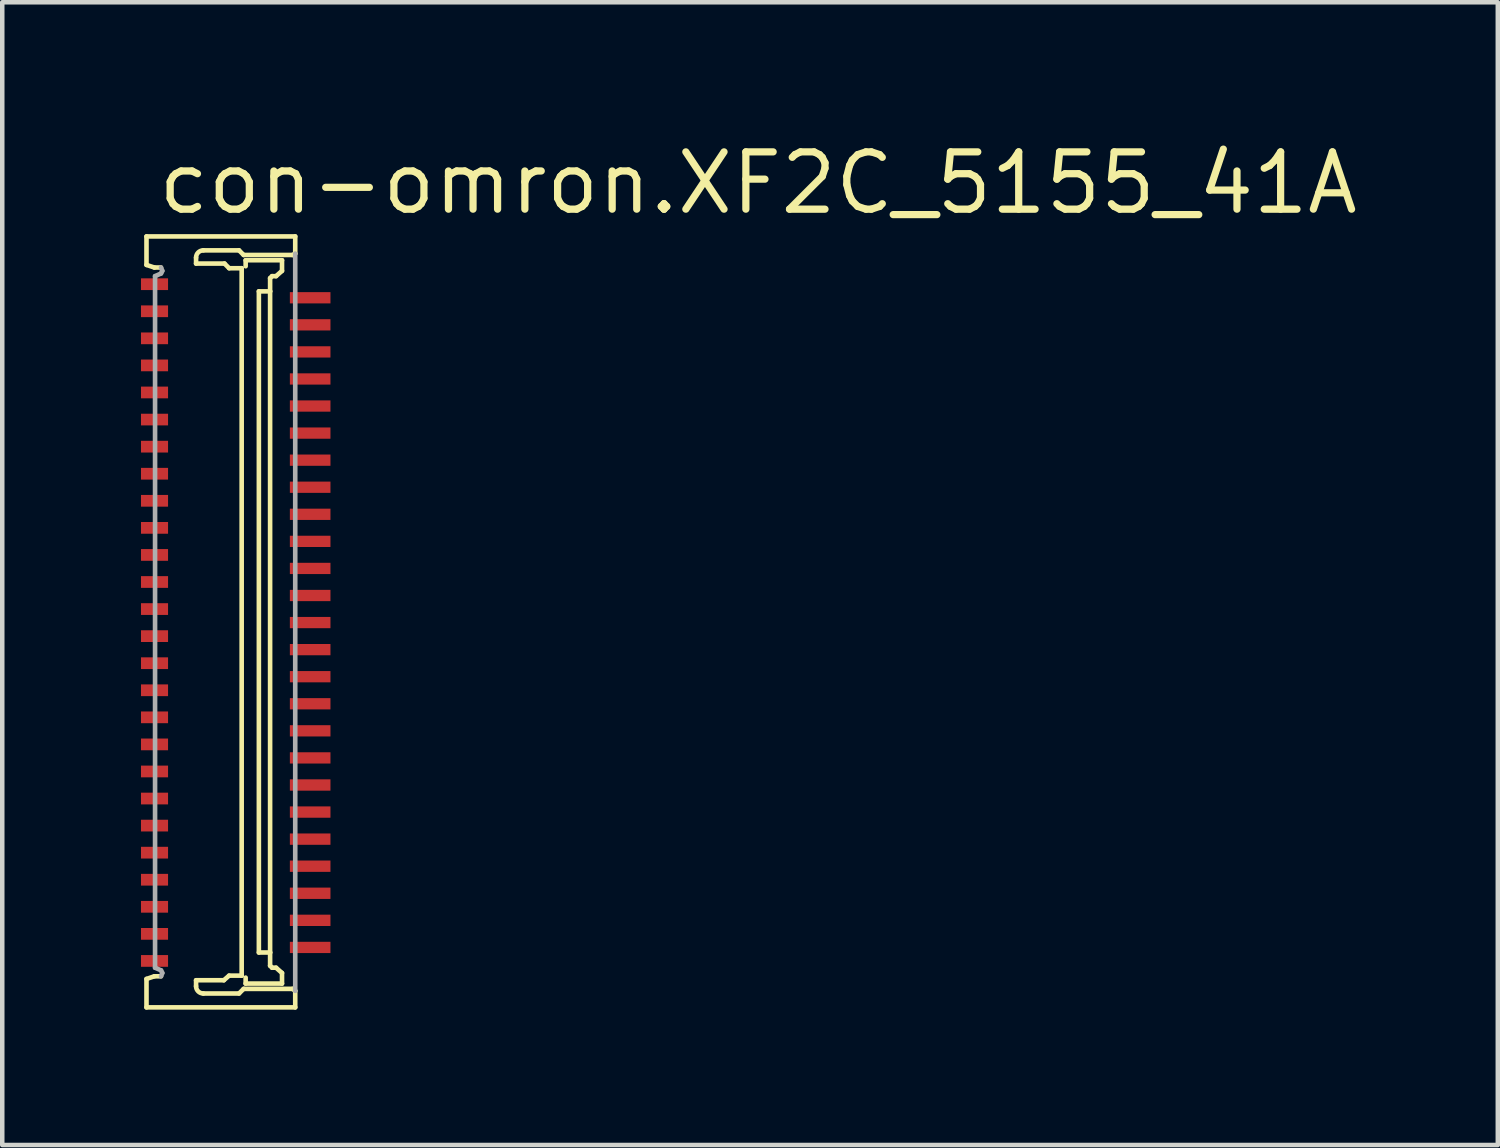
<source format=kicad_pcb>
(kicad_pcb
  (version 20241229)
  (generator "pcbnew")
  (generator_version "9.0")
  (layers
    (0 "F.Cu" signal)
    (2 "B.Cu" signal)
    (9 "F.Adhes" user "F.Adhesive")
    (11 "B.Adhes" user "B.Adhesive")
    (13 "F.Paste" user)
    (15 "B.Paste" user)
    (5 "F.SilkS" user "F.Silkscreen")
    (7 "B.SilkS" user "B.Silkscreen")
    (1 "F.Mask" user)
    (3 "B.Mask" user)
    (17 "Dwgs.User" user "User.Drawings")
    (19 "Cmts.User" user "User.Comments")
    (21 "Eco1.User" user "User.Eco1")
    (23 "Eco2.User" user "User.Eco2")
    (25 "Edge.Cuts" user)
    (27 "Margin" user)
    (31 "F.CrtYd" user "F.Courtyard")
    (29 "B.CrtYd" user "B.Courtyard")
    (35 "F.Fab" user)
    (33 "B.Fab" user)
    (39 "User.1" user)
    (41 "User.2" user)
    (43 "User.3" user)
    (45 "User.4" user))
  (footprint "con-omron.XF2C_5155_41A"
    (layer "F.Cu")
    (at 2.175 10.75)
    (property "Reference" "con-omron.XF2C_5155_41A" (at -1.8 -9 0) (layer "F.SilkS") (effects (font (size 1.27 1.27) (thickness 0.16)) (justify left bottom)))
    (attr smd)
    (fp_rect (start -2.15 -7.325) (end -1.45 -7.675) (stroke (width 0.05) (type default)) (fill yes) (layer "F.Mask"))
    (fp_rect (start -2.15 -6.725) (end -1.45 -7.075) (stroke (width 0.05) (type default)) (fill yes) (layer "F.Mask"))
    (fp_rect (start -2.15 -6.125) (end -1.45 -6.475) (stroke (width 0.05) (type default)) (fill yes) (layer "F.Mask"))
    (fp_rect (start -2.15 -5.525) (end -1.45 -5.875) (stroke (width 0.05) (type default)) (fill yes) (layer "F.Mask"))
    (fp_rect (start -2.15 -4.925) (end -1.45 -5.275) (stroke (width 0.05) (type default)) (fill yes) (layer "F.Mask"))
    (fp_rect (start -2.15 -4.325) (end -1.45 -4.675) (stroke (width 0.05) (type default)) (fill yes) (layer "F.Mask"))
    (fp_rect (start -2.15 -3.725) (end -1.45 -4.075) (stroke (width 0.05) (type default)) (fill yes) (layer "F.Mask"))
    (fp_rect (start -2.15 -3.125) (end -1.45 -3.475) (stroke (width 0.05) (type default)) (fill yes) (layer "F.Mask"))
    (fp_rect (start -2.15 -2.525) (end -1.45 -2.875) (stroke (width 0.05) (type default)) (fill yes) (layer "F.Mask"))
    (fp_rect (start -2.15 -1.925) (end -1.45 -2.275) (stroke (width 0.05) (type default)) (fill yes) (layer "F.Mask"))
    (fp_rect (start -2.15 -1.325) (end -1.45 -1.675) (stroke (width 0.05) (type default)) (fill yes) (layer "F.Mask"))
    (fp_rect (start -2.15 -0.725) (end -1.45 -1.075) (stroke (width 0.05) (type default)) (fill yes) (layer "F.Mask"))
    (fp_rect (start -2.15 -0.125) (end -1.45 -0.475) (stroke (width 0.05) (type default)) (fill yes) (layer "F.Mask"))
    (fp_rect (start -2.15 0.475) (end -1.45 0.125) (stroke (width 0.05) (type default)) (fill yes) (layer "F.Mask"))
    (fp_rect (start -2.15 1.075) (end -1.45 0.725) (stroke (width 0.05) (type default)) (fill yes) (layer "F.Mask"))
    (fp_rect (start -2.15 1.675) (end -1.45 1.325) (stroke (width 0.05) (type default)) (fill yes) (layer "F.Mask"))
    (fp_rect (start -2.15 2.275) (end -1.45 1.925) (stroke (width 0.05) (type default)) (fill yes) (layer "F.Mask"))
    (fp_rect (start -2.15 2.875) (end -1.45 2.525) (stroke (width 0.05) (type default)) (fill yes) (layer "F.Mask"))
    (fp_rect (start -2.15 3.475) (end -1.45 3.125) (stroke (width 0.05) (type default)) (fill yes) (layer "F.Mask"))
    (fp_rect (start -2.15 4.075) (end -1.45 3.725) (stroke (width 0.05) (type default)) (fill yes) (layer "F.Mask"))
    (fp_rect (start -2.15 4.675) (end -1.45 4.325) (stroke (width 0.05) (type default)) (fill yes) (layer "F.Mask"))
    (fp_rect (start -2.15 5.275) (end -1.45 4.925) (stroke (width 0.05) (type default)) (fill yes) (layer "F.Mask"))
    (fp_rect (start -2.15 5.875) (end -1.45 5.525) (stroke (width 0.05) (type default)) (fill yes) (layer "F.Mask"))
    (fp_rect (start -2.15 6.475) (end -1.45 6.125) (stroke (width 0.05) (type default)) (fill yes) (layer "F.Mask"))
    (fp_rect (start -2.15 7.075) (end -1.45 6.725) (stroke (width 0.05) (type default)) (fill yes) (layer "F.Mask"))
    (fp_rect (start -2.15 7.675) (end -1.45 7.325) (stroke (width 0.05) (type default)) (fill yes) (layer "F.Mask"))
    (fp_rect (start 1.15 -7.025) (end 2.15 -7.375) (stroke (width 0.05) (type default)) (fill yes) (layer "F.Mask"))
    (fp_rect (start 1.15 -6.425) (end 2.15 -6.775) (stroke (width 0.05) (type default)) (fill yes) (layer "F.Mask"))
    (fp_rect (start 1.15 -5.825) (end 2.15 -6.175) (stroke (width 0.05) (type default)) (fill yes) (layer "F.Mask"))
    (fp_rect (start 1.15 -5.225) (end 2.15 -5.575) (stroke (width 0.05) (type default)) (fill yes) (layer "F.Mask"))
    (fp_rect (start 1.15 -4.625) (end 2.15 -4.975) (stroke (width 0.05) (type default)) (fill yes) (layer "F.Mask"))
    (fp_rect (start 1.15 -4.025) (end 2.15 -4.375) (stroke (width 0.05) (type default)) (fill yes) (layer "F.Mask"))
    (fp_rect (start 1.15 -3.425) (end 2.15 -3.775) (stroke (width 0.05) (type default)) (fill yes) (layer "F.Mask"))
    (fp_rect (start 1.15 -2.825) (end 2.15 -3.175) (stroke (width 0.05) (type default)) (fill yes) (layer "F.Mask"))
    (fp_rect (start 1.15 -2.225) (end 2.15 -2.575) (stroke (width 0.05) (type default)) (fill yes) (layer "F.Mask"))
    (fp_rect (start 1.15 -1.625) (end 2.15 -1.975) (stroke (width 0.05) (type default)) (fill yes) (layer "F.Mask"))
    (fp_rect (start 1.15 -1.025) (end 2.15 -1.375) (stroke (width 0.05) (type default)) (fill yes) (layer "F.Mask"))
    (fp_rect (start 1.15 -0.425) (end 2.15 -0.775) (stroke (width 0.05) (type default)) (fill yes) (layer "F.Mask"))
    (fp_rect (start 1.15 0.175) (end 2.15 -0.175) (stroke (width 0.05) (type default)) (fill yes) (layer "F.Mask"))
    (fp_rect (start 1.15 0.775) (end 2.15 0.425) (stroke (width 0.05) (type default)) (fill yes) (layer "F.Mask"))
    (fp_rect (start 1.15 1.375) (end 2.15 1.025) (stroke (width 0.05) (type default)) (fill yes) (layer "F.Mask"))
    (fp_rect (start 1.15 1.975) (end 2.15 1.625) (stroke (width 0.05) (type default)) (fill yes) (layer "F.Mask"))
    (fp_rect (start 1.15 2.575) (end 2.15 2.225) (stroke (width 0.05) (type default)) (fill yes) (layer "F.Mask"))
    (fp_rect (start 1.15 3.175) (end 2.15 2.825) (stroke (width 0.05) (type default)) (fill yes) (layer "F.Mask"))
    (fp_rect (start 1.15 3.775) (end 2.15 3.425) (stroke (width 0.05) (type default)) (fill yes) (layer "F.Mask"))
    (fp_rect (start 1.15 4.375) (end 2.15 4.025) (stroke (width 0.05) (type default)) (fill yes) (layer "F.Mask"))
    (fp_rect (start 1.15 4.975) (end 2.15 4.625) (stroke (width 0.05) (type default)) (fill yes) (layer "F.Mask"))
    (fp_rect (start 1.15 5.575) (end 2.15 5.225) (stroke (width 0.05) (type default)) (fill yes) (layer "F.Mask"))
    (fp_rect (start 1.15 6.175) (end 2.15 5.825) (stroke (width 0.05) (type default)) (fill yes) (layer "F.Mask"))
    (fp_rect (start 1.15 6.775) (end 2.15 6.425) (stroke (width 0.05) (type default)) (fill yes) (layer "F.Mask"))
    (fp_rect (start 1.15 7.375) (end 2.15 7.025) (stroke (width 0.05) (type default)) (fill yes) (layer "F.Mask"))
    (fp_line (start -1.978 -8.559) (end 1.319 -8.559) (stroke (width 0.102) (type default)) (layer "F.SilkS"))
    (fp_line (start -1.978 -7.928) (end -1.978 -8.559) (stroke (width 0.102) (type default)) (layer "F.SilkS"))
    (fp_line (start -1.978 7.899) (end -1.803 7.84) (stroke (width 0.102) (type default)) (layer "F.SilkS"))
    (fp_line (start -1.978 8.529) (end -1.978 7.899) (stroke (width 0.102) (type default)) (layer "F.SilkS"))
    (fp_line (start -1.803 -7.87) (end -1.978 -7.928) (stroke (width 0.102) (type default)) (layer "F.SilkS"))
    (fp_line (start -1.803 7.84) (end -1.656 7.84) (stroke (width 0.102) (type default)) (layer "F.SilkS"))
    (fp_line (start -1.656 -7.87) (end -1.803 -7.87) (stroke (width 0.102) (type default)) (layer "F.SilkS"))
    (fp_line (start -0.879 -8.09) (end -0.879 -7.958) (stroke (width 0.102) (type default)) (layer "F.SilkS"))
    (fp_line (start -0.879 -7.958) (end -0.249 -7.958) (stroke (width 0.102) (type default)) (layer "F.SilkS"))
    (fp_line (start -0.879 7.928) (end -0.879 8.06) (stroke (width 0.102) (type default)) (layer "F.SilkS"))
    (fp_line (start -0.718 8.222) (end 0.073 8.221) (stroke (width 0.102) (type default)) (layer "F.SilkS"))
    (fp_line (start -0.264 7.928) (end -0.879 7.928) (stroke (width 0.102) (type default)) (layer "F.SilkS"))
    (fp_line (start -0.249 -7.958) (end -0.146 -7.855) (stroke (width 0.102) (type default)) (layer "F.SilkS"))
    (fp_line (start -0.147 7.826) (end -0.264 7.928) (stroke (width 0.102) (type default)) (layer "F.SilkS"))
    (fp_line (start -0.146 -7.855) (end 0.132 -7.855) (stroke (width 0.102) (type default)) (layer "F.SilkS"))
    (fp_line (start 0.073 8.221) (end 0.176 8.119) (stroke (width 0.102) (type default)) (layer "F.SilkS"))
    (fp_line (start 0.073 -8.251) (end -0.718 -8.251) (stroke (width 0.102) (type default)) (layer "F.SilkS"))
    (fp_line (start 0.132 -7.855) (end 0.132 7.826) (stroke (width 0.102) (type default)) (layer "F.SilkS"))
    (fp_line (start 0.132 7.826) (end -0.147 7.826) (stroke (width 0.102) (type default)) (layer "F.SilkS"))
    (fp_line (start 0.176 -8.148) (end 0.073 -8.251) (stroke (width 0.102) (type default)) (layer "F.SilkS"))
    (fp_line (start 0.176 8.119) (end 1.26 8.119) (stroke (width 0.102) (type default)) (layer "F.SilkS"))
    (fp_line (start 0.22 -8.031) (end 0.22 -7.899) (stroke (width 0.102) (type default)) (layer "F.SilkS"))
    (fp_line (start 0.22 8.002) (end 0.22 7.87) (stroke (width 0.102) (type default)) (layer "F.SilkS"))
    (fp_line (start 0.513 -7.342) (end 0.762 -7.342) (stroke (width 0.102) (type default)) (layer "F.SilkS"))
    (fp_line (start 0.513 7.313) (end 0.513 -7.342) (stroke (width 0.102) (type default)) (layer "F.SilkS"))
    (fp_line (start 0.762 -7.635) (end 0.806 -7.679) (stroke (width 0.102) (type default)) (layer "F.SilkS"))
    (fp_line (start 0.762 -7.342) (end 0.762 -7.635) (stroke (width 0.102) (type default)) (layer "F.SilkS"))
    (fp_line (start 0.762 -7.342) (end 0.762 7.313) (stroke (width 0.102) (type default)) (layer "F.SilkS"))
    (fp_line (start 0.762 7.313) (end 0.513 7.313) (stroke (width 0.102) (type default)) (layer "F.SilkS"))
    (fp_line (start 0.762 7.606) (end 0.762 7.313) (stroke (width 0.102) (type default)) (layer "F.SilkS"))
    (fp_line (start 0.806 -7.679) (end 0.894 -7.679) (stroke (width 0.102) (type default)) (layer "F.SilkS"))
    (fp_line (start 0.806 7.65) (end 0.762 7.606) (stroke (width 0.102) (type default)) (layer "F.SilkS"))
    (fp_line (start 0.894 -7.679) (end 1.026 -7.796) (stroke (width 0.102) (type default)) (layer "F.SilkS"))
    (fp_line (start 0.894 7.65) (end 0.806 7.65) (stroke (width 0.102) (type default)) (layer "F.SilkS"))
    (fp_line (start 1.026 -8.031) (end 0.22 -8.031) (stroke (width 0.102) (type default)) (layer "F.SilkS"))
    (fp_line (start 1.026 -7.796) (end 1.026 -8.031) (stroke (width 0.102) (type default)) (layer "F.SilkS"))
    (fp_line (start 1.026 7.767) (end 0.894 7.65) (stroke (width 0.102) (type default)) (layer "F.SilkS"))
    (fp_line (start 1.026 8.002) (end 0.22 8.002) (stroke (width 0.102) (type default)) (layer "F.SilkS"))
    (fp_line (start 1.026 8.002) (end 1.026 7.767) (stroke (width 0.102) (type default)) (layer "F.SilkS"))
    (fp_line (start 1.26 -8.148) (end 0.176 -8.148) (stroke (width 0.102) (type default)) (layer "F.SilkS"))
    (fp_line (start 1.26 8.119) (end 1.319 8.163) (stroke (width 0.102) (type default)) (layer "F.SilkS"))
    (fp_line (start 1.319 -8.559) (end 1.319 -8.178) (stroke (width 0.102) (type default)) (layer "F.SilkS"))
    (fp_line (start 1.319 -8.178) (end 1.26 -8.148) (stroke (width 0.102) (type default)) (layer "F.SilkS"))
    (fp_line (start 1.319 8.163) (end 1.319 8.529) (stroke (width 0.102) (type default)) (layer "F.SilkS"))
    (fp_line (start 1.319 8.529) (end -1.978 8.529) (stroke (width 0.102) (type default)) (layer "F.SilkS"))
    (fp_arc (start -0.8793 -8.0896) (mid -0.832086 -8.203586) (end -0.7181 -8.2508) (stroke (width 0.1016) (type default)) (layer "F.SilkS"))
    (fp_arc (start -0.7181 8.2215) (mid -0.832086 8.174286) (end -0.8793 8.0603) (stroke (width 0.1016) (type default)) (layer "F.SilkS"))
    (fp_line (start -1.788 -7.679) (end -1.656 -7.738) (stroke (width 0.102) (type default)) (layer "F.Fab"))
    (fp_line (start -1.788 7.65) (end -1.788 -7.679) (stroke (width 0.102) (type default)) (layer "F.Fab"))
    (fp_line (start -1.656 7.708) (end -1.788 7.65) (stroke (width 0.102) (type default)) (layer "F.Fab"))
    (fp_line (start -1.656 7.84) (end -1.627 7.767) (stroke (width 0.102) (type default)) (layer "F.Fab"))
    (fp_line (start -1.656 -7.738) (end -1.627 -7.796) (stroke (width 0.102) (type default)) (layer "F.Fab"))
    (fp_line (start -1.627 -7.796) (end -1.656 -7.87) (stroke (width 0.102) (type default)) (layer "F.Fab"))
    (fp_line (start -1.627 7.767) (end -1.656 7.708) (stroke (width 0.102) (type default)) (layer "F.Fab"))
    (fp_line (start 1.319 -8.178) (end 1.319 8.163) (stroke (width 0.102) (type default)) (layer "F.Fab"))
    (pad "1" smd roundrect (at -1.8 -7.5 270) (size 0.26 0.6) (layers "F.Cu" "F.Mask" "F.Paste") (roundrect_rratio 0.01))
    (pad "2" smd roundrect (at 1.65 -7.2 270) (size 0.25 0.9) (layers "F.Cu" "F.Mask" "F.Paste") (roundrect_rratio 0.01))
    (pad "3" smd roundrect (at -1.8 -6.9 270) (size 0.26 0.6) (layers "F.Cu" "F.Mask" "F.Paste") (roundrect_rratio 0.01))
    (pad "4" smd roundrect (at 1.65 -6.6 270) (size 0.25 0.9) (layers "F.Cu" "F.Mask" "F.Paste") (roundrect_rratio 0.01))
    (pad "5" smd roundrect (at -1.8 -6.3 270) (size 0.26 0.6) (layers "F.Cu" "F.Mask" "F.Paste") (roundrect_rratio 0.01))
    (pad "6" smd roundrect (at 1.65 -6 270) (size 0.25 0.9) (layers "F.Cu" "F.Mask" "F.Paste") (roundrect_rratio 0.01))
    (pad "7" smd roundrect (at -1.8 -5.7 270) (size 0.26 0.6) (layers "F.Cu" "F.Mask" "F.Paste") (roundrect_rratio 0.01))
    (pad "8" smd roundrect (at 1.65 -5.4 270) (size 0.25 0.9) (layers "F.Cu" "F.Mask" "F.Paste") (roundrect_rratio 0.01))
    (pad "9" smd roundrect (at -1.8 -5.1 270) (size 0.26 0.6) (layers "F.Cu" "F.Mask" "F.Paste") (roundrect_rratio 0.01))
    (pad "10" smd roundrect (at 1.65 -4.8 270) (size 0.25 0.9) (layers "F.Cu" "F.Mask" "F.Paste") (roundrect_rratio 0.01))
    (pad "11" smd roundrect (at -1.8 -4.5 270) (size 0.26 0.6) (layers "F.Cu" "F.Mask" "F.Paste") (roundrect_rratio 0.01))
    (pad "12" smd roundrect (at 1.65 -4.2 270) (size 0.25 0.9) (layers "F.Cu" "F.Mask" "F.Paste") (roundrect_rratio 0.01))
    (pad "13" smd roundrect (at -1.8 -3.9 270) (size 0.26 0.6) (layers "F.Cu" "F.Mask" "F.Paste") (roundrect_rratio 0.01))
    (pad "14" smd roundrect (at 1.65 -3.6 270) (size 0.25 0.9) (layers "F.Cu" "F.Mask" "F.Paste") (roundrect_rratio 0.01))
    (pad "15" smd roundrect (at -1.8 -3.3 270) (size 0.26 0.6) (layers "F.Cu" "F.Mask" "F.Paste") (roundrect_rratio 0.01))
    (pad "16" smd roundrect (at 1.65 -3 270) (size 0.25 0.9) (layers "F.Cu" "F.Mask" "F.Paste") (roundrect_rratio 0.01))
    (pad "17" smd roundrect (at -1.8 -2.7 270) (size 0.26 0.6) (layers "F.Cu" "F.Mask" "F.Paste") (roundrect_rratio 0.01))
    (pad "18" smd roundrect (at 1.65 -2.4 270) (size 0.25 0.9) (layers "F.Cu" "F.Mask" "F.Paste") (roundrect_rratio 0.01))
    (pad "19" smd roundrect (at -1.8 -2.1 270) (size 0.26 0.6) (layers "F.Cu" "F.Mask" "F.Paste") (roundrect_rratio 0.01))
    (pad "20" smd roundrect (at 1.65 -1.8 270) (size 0.25 0.9) (layers "F.Cu" "F.Mask" "F.Paste") (roundrect_rratio 0.01))
    (pad "21" smd roundrect (at -1.8 -1.5 270) (size 0.26 0.6) (layers "F.Cu" "F.Mask" "F.Paste") (roundrect_rratio 0.01))
    (pad "22" smd roundrect (at 1.65 -1.2 270) (size 0.25 0.9) (layers "F.Cu" "F.Mask" "F.Paste") (roundrect_rratio 0.01))
    (pad "23" smd roundrect (at -1.8 -0.9 270) (size 0.26 0.6) (layers "F.Cu" "F.Mask" "F.Paste") (roundrect_rratio 0.01))
    (pad "24" smd roundrect (at 1.65 -0.6 270) (size 0.25 0.9) (layers "F.Cu" "F.Mask" "F.Paste") (roundrect_rratio 0.01))
    (pad "25" smd roundrect (at -1.8 -0.3 270) (size 0.26 0.6) (layers "F.Cu" "F.Mask" "F.Paste") (roundrect_rratio 0.01))
    (pad "26" smd roundrect (at 1.65 0 270) (size 0.25 0.9) (layers "F.Cu" "F.Mask" "F.Paste") (roundrect_rratio 0.01))
    (pad "27" smd roundrect (at -1.8 0.3 270) (size 0.26 0.6) (layers "F.Cu" "F.Mask" "F.Paste") (roundrect_rratio 0.01))
    (pad "28" smd roundrect (at 1.65 0.6 270) (size 0.25 0.9) (layers "F.Cu" "F.Mask" "F.Paste") (roundrect_rratio 0.01))
    (pad "29" smd roundrect (at -1.8 0.9 270) (size 0.26 0.6) (layers "F.Cu" "F.Mask" "F.Paste") (roundrect_rratio 0.01))
    (pad "30" smd roundrect (at 1.65 1.2 270) (size 0.25 0.9) (layers "F.Cu" "F.Mask" "F.Paste") (roundrect_rratio 0.01))
    (pad "31" smd roundrect (at -1.8 1.5 270) (size 0.26 0.6) (layers "F.Cu" "F.Mask" "F.Paste") (roundrect_rratio 0.01))
    (pad "32" smd roundrect (at 1.65 1.8 270) (size 0.25 0.9) (layers "F.Cu" "F.Mask" "F.Paste") (roundrect_rratio 0.01))
    (pad "33" smd roundrect (at -1.8 2.1 270) (size 0.26 0.6) (layers "F.Cu" "F.Mask" "F.Paste") (roundrect_rratio 0.01))
    (pad "34" smd roundrect (at 1.65 2.4 270) (size 0.25 0.9) (layers "F.Cu" "F.Mask" "F.Paste") (roundrect_rratio 0.01))
    (pad "35" smd roundrect (at -1.8 2.7 270) (size 0.26 0.6) (layers "F.Cu" "F.Mask" "F.Paste") (roundrect_rratio 0.01))
    (pad "36" smd roundrect (at 1.65 3 270) (size 0.25 0.9) (layers "F.Cu" "F.Mask" "F.Paste") (roundrect_rratio 0.01))
    (pad "37" smd roundrect (at -1.8 3.3 270) (size 0.26 0.6) (layers "F.Cu" "F.Mask" "F.Paste") (roundrect_rratio 0.01))
    (pad "38" smd roundrect (at 1.65 3.6 270) (size 0.25 0.9) (layers "F.Cu" "F.Mask" "F.Paste") (roundrect_rratio 0.01))
    (pad "39" smd roundrect (at -1.8 3.9 270) (size 0.26 0.6) (layers "F.Cu" "F.Mask" "F.Paste") (roundrect_rratio 0.01))
    (pad "40" smd roundrect (at 1.65 4.2 270) (size 0.25 0.9) (layers "F.Cu" "F.Mask" "F.Paste") (roundrect_rratio 0.01))
    (pad "41" smd roundrect (at -1.8 4.5 270) (size 0.26 0.6) (layers "F.Cu" "F.Mask" "F.Paste") (roundrect_rratio 0.01))
    (pad "42" smd roundrect (at 1.65 4.8 270) (size 0.25 0.9) (layers "F.Cu" "F.Mask" "F.Paste") (roundrect_rratio 0.01))
    (pad "43" smd roundrect (at -1.8 5.1 270) (size 0.26 0.6) (layers "F.Cu" "F.Mask" "F.Paste") (roundrect_rratio 0.01))
    (pad "44" smd roundrect (at 1.65 5.4 270) (size 0.25 0.9) (layers "F.Cu" "F.Mask" "F.Paste") (roundrect_rratio 0.01))
    (pad "45" smd roundrect (at -1.8 5.7 270) (size 0.26 0.6) (layers "F.Cu" "F.Mask" "F.Paste") (roundrect_rratio 0.01))
    (pad "46" smd roundrect (at 1.65 6 270) (size 0.25 0.9) (layers "F.Cu" "F.Mask" "F.Paste") (roundrect_rratio 0.01))
    (pad "47" smd roundrect (at -1.8 6.3 270) (size 0.26 0.6) (layers "F.Cu" "F.Mask" "F.Paste") (roundrect_rratio 0.01))
    (pad "48" smd roundrect (at 1.65 6.6 270) (size 0.25 0.9) (layers "F.Cu" "F.Mask" "F.Paste") (roundrect_rratio 0.01))
    (pad "49" smd roundrect (at -1.8 6.9 270) (size 0.26 0.6) (layers "F.Cu" "F.Mask" "F.Paste") (roundrect_rratio 0.01))
    (pad "50" smd roundrect (at 1.65 7.2 270) (size 0.25 0.9) (layers "F.Cu" "F.Mask" "F.Paste") (roundrect_rratio 0.01))
    (pad "51" smd roundrect (at -1.8 7.5 270) (size 0.26 0.6) (layers "F.Cu" "F.Mask" "F.Paste") (roundrect_rratio 0.01)))
  (gr_rect
    (start -3 -3)
    (end 30.15 22.33)
    (stroke (width 0.1) (type default))
    (fill no)
    (layer "Edge.Cuts")))
</source>
